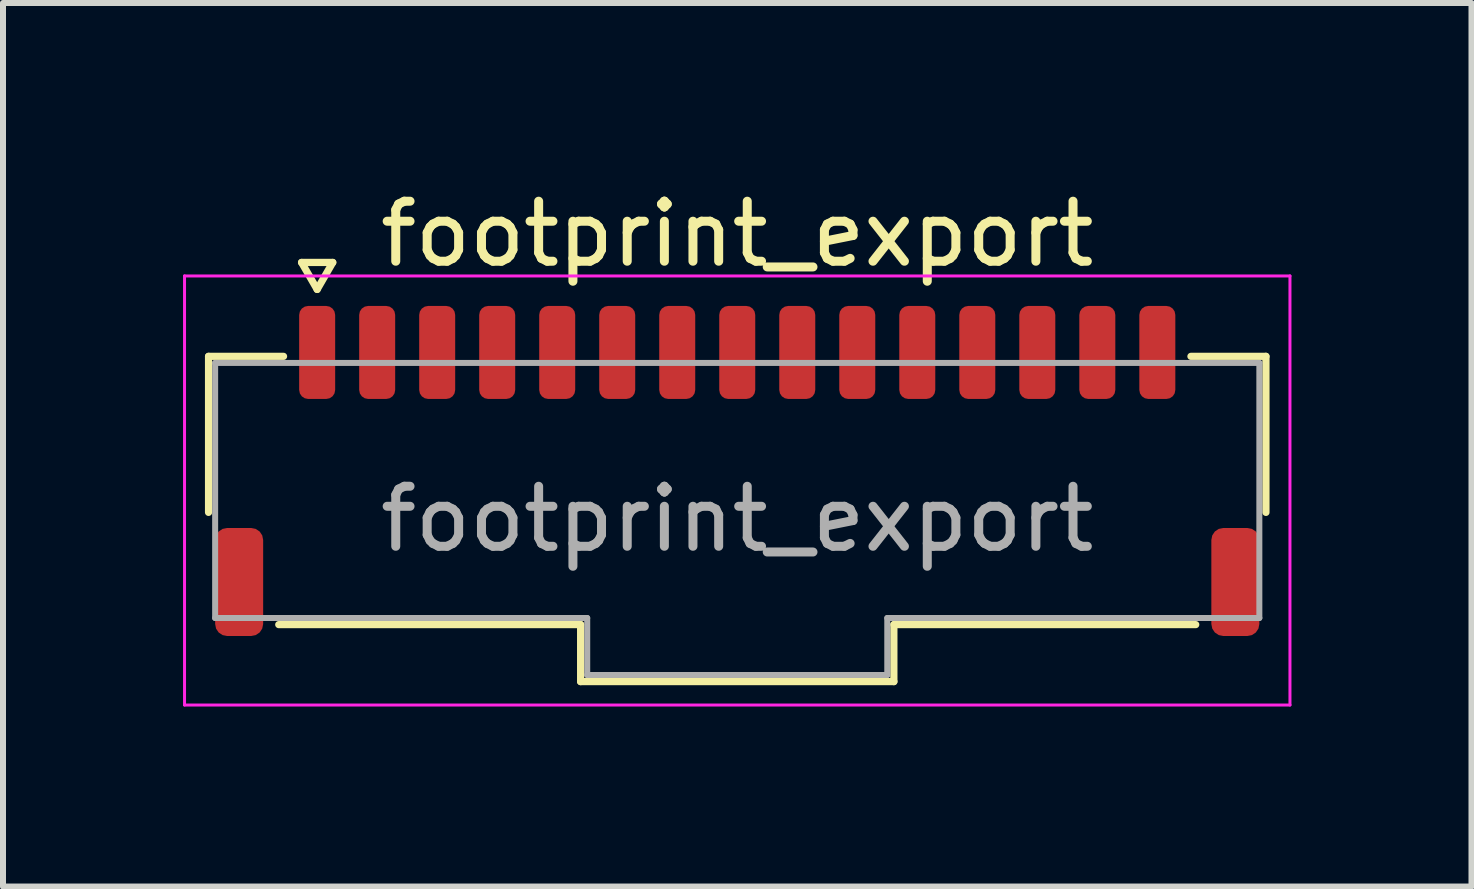
<source format=kicad_pcb>
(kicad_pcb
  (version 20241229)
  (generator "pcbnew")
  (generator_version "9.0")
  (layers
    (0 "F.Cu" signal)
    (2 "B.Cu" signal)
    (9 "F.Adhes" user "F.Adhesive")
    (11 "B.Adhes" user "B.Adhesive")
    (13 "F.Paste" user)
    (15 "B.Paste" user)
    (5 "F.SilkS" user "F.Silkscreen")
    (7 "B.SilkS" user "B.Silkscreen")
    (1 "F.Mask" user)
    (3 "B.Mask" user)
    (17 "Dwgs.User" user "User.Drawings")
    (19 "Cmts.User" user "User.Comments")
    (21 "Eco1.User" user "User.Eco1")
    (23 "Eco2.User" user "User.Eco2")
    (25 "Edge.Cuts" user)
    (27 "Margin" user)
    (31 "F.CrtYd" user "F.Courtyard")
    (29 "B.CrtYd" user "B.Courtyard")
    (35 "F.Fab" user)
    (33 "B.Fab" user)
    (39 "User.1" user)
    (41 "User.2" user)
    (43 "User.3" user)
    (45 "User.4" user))
  (footprint "footprint_export"
    (layer "F.Cu")
    (at 9.235 5.598)
    (property "Reference" "footprint_export" (at 0 -4.75 0) (layer "F.SilkS") (effects (font (size 1 1) (thickness 0.15))))
    (attr smd)
    (fp_line (start -8.81 -2.71) (end -7.56 -2.71) (stroke (width 0.12) (type solid)) (layer "F.SilkS"))
    (fp_line (start -8.81 -0.11) (end -8.81 -2.71) (stroke (width 0.12) (type solid)) (layer "F.SilkS"))
    (fp_line (start -7.26 -4.275) (end -7 -3.825) (stroke (width 0.12) (type solid)) (layer "F.SilkS"))
    (fp_line (start -7 -3.825) (end -6.74 -4.275) (stroke (width 0.12) (type solid)) (layer "F.SilkS"))
    (fp_line (start -6.74 -4.275) (end -7.26 -4.275) (stroke (width 0.12) (type solid)) (layer "F.SilkS"))
    (fp_line (start -2.61 1.76) (end -7.64 1.76) (stroke (width 0.12) (type solid)) (layer "F.SilkS"))
    (fp_line (start -2.61 2.71) (end -2.61 1.76) (stroke (width 0.12) (type solid)) (layer "F.SilkS"))
    (fp_line (start 2.61 1.76) (end 2.61 2.71) (stroke (width 0.12) (type solid)) (layer "F.SilkS"))
    (fp_line (start 2.61 2.71) (end -2.61 2.71) (stroke (width 0.12) (type solid)) (layer "F.SilkS"))
    (fp_line (start 7.56 -2.71) (end 8.81 -2.71) (stroke (width 0.12) (type solid)) (layer "F.SilkS"))
    (fp_line (start 7.64 1.76) (end 2.61 1.76) (stroke (width 0.12) (type solid)) (layer "F.SilkS"))
    (fp_line (start 8.81 -2.71) (end 8.81 -0.11) (stroke (width 0.12) (type solid)) (layer "F.SilkS"))
    (fp_line (start -9.21 -4.05) (end -9.21 3.1) (stroke (width 0.05) (type solid)) (layer "F.CrtYd"))
    (fp_line (start -9.21 3.1) (end 9.21 3.1) (stroke (width 0.05) (type solid)) (layer "F.CrtYd"))
    (fp_line (start 9.21 -4.05) (end -9.21 -4.05) (stroke (width 0.05) (type solid)) (layer "F.CrtYd"))
    (fp_line (start 9.21 3.1) (end 9.21 -4.05) (stroke (width 0.05) (type solid)) (layer "F.CrtYd"))
    (fp_line (start -8.7 -2.6) (end 8.7 -2.6) (stroke (width 0.1) (type solid)) (layer "F.Fab"))
    (fp_line (start -8.7 1.65) (end -8.7 -2.6) (stroke (width 0.1) (type solid)) (layer "F.Fab"))
    (fp_line (start -2.5 1.65) (end -8.7 1.65) (stroke (width 0.1) (type solid)) (layer "F.Fab"))
    (fp_line (start -2.5 2.6) (end -2.5 1.65) (stroke (width 0.1) (type solid)) (layer "F.Fab"))
    (fp_line (start 2.5 1.65) (end 2.5 2.6) (stroke (width 0.1) (type solid)) (layer "F.Fab"))
    (fp_line (start 2.5 2.6) (end -2.5 2.6) (stroke (width 0.1) (type solid)) (layer "F.Fab"))
    (fp_line (start 8.7 -2.6) (end 8.7 1.65) (stroke (width 0.1) (type solid)) (layer "F.Fab"))
    (fp_line (start 8.7 1.65) (end 2.5 1.65) (stroke (width 0.1) (type solid)) (layer "F.Fab"))
    (fp_text user "${REFERENCE}" (at 0 0 0) (layer "F.Fab") (effects (font (size 1 1) (thickness 0.15))))
    (pad "1" smd roundrect (at -7 -2.775) (size 0.6 1.55) (layers "F.Cu" "F.Mask" "F.Paste") (roundrect_rratio 0.25))
    (pad "2" smd roundrect (at -6 -2.775) (size 0.6 1.55) (layers "F.Cu" "F.Mask" "F.Paste") (roundrect_rratio 0.25))
    (pad "3" smd roundrect (at -5 -2.775) (size 0.6 1.55) (layers "F.Cu" "F.Mask" "F.Paste") (roundrect_rratio 0.25))
    (pad "4" smd roundrect (at -4 -2.775) (size 0.6 1.55) (layers "F.Cu" "F.Mask" "F.Paste") (roundrect_rratio 0.25))
    (pad "5" smd roundrect (at -3 -2.775) (size 0.6 1.55) (layers "F.Cu" "F.Mask" "F.Paste") (roundrect_rratio 0.25))
    (pad "6" smd roundrect (at -2 -2.775) (size 0.6 1.55) (layers "F.Cu" "F.Mask" "F.Paste") (roundrect_rratio 0.25))
    (pad "7" smd roundrect (at -1 -2.775) (size 0.6 1.55) (layers "F.Cu" "F.Mask" "F.Paste") (roundrect_rratio 0.25))
    (pad "8" smd roundrect (at 0 -2.775) (size 0.6 1.55) (layers "F.Cu" "F.Mask" "F.Paste") (roundrect_rratio 0.25))
    (pad "9" smd roundrect (at 1 -2.775) (size 0.6 1.55) (layers "F.Cu" "F.Mask" "F.Paste") (roundrect_rratio 0.25))
    (pad "10" smd roundrect (at 2 -2.775) (size 0.6 1.55) (layers "F.Cu" "F.Mask" "F.Paste") (roundrect_rratio 0.25))
    (pad "11" smd roundrect (at 3 -2.775) (size 0.6 1.55) (layers "F.Cu" "F.Mask" "F.Paste") (roundrect_rratio 0.25))
    (pad "12" smd roundrect (at 4 -2.775) (size 0.6 1.55) (layers "F.Cu" "F.Mask" "F.Paste") (roundrect_rratio 0.25))
    (pad "13" smd roundrect (at 5 -2.775) (size 0.6 1.55) (layers "F.Cu" "F.Mask" "F.Paste") (roundrect_rratio 0.25))
    (pad "14" smd roundrect (at 6 -2.775) (size 0.6 1.55) (layers "F.Cu" "F.Mask" "F.Paste") (roundrect_rratio 0.25))
    (pad "15" smd roundrect (at 7 -2.775) (size 0.6 1.55) (layers "F.Cu" "F.Mask" "F.Paste") (roundrect_rratio 0.25))
    (pad "MP" smd roundrect (at -8.3 1.05) (size 0.8 1.8) (layers "F.Cu" "F.Mask" "F.Paste") (roundrect_rratio 0.25))
    (pad "MP" smd roundrect (at 8.3 1.05) (size 0.8 1.8) (layers "F.Cu" "F.Mask" "F.Paste") (roundrect_rratio 0.25)))
  (gr_rect
    (start -3 -3)
    (end 21.47 11.723)
    (stroke (width 0.1) (type default))
    (fill no)
    (layer "Edge.Cuts")))
</source>
